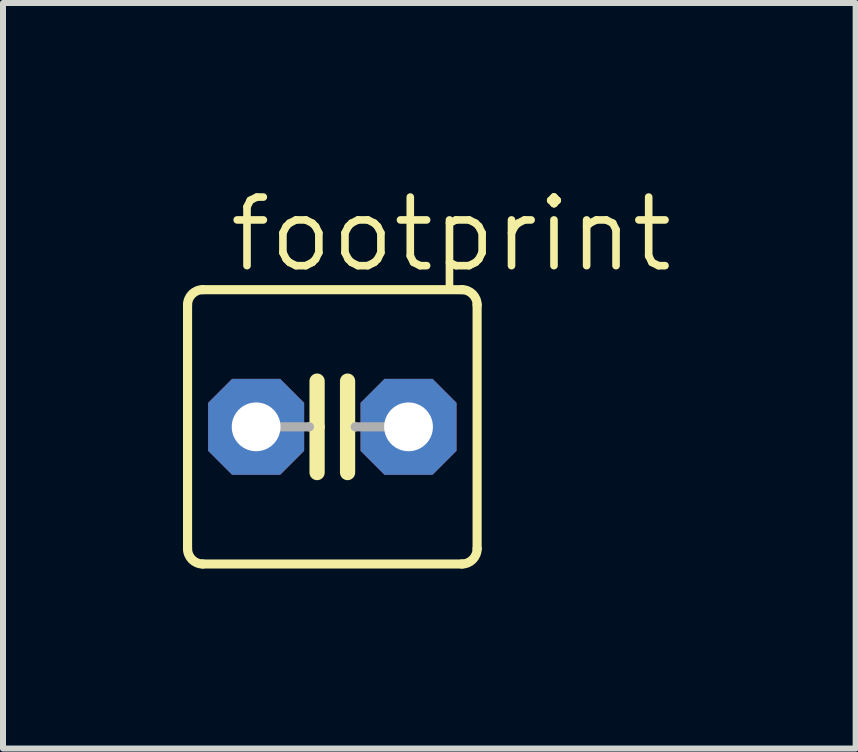
<source format=kicad_pcb>
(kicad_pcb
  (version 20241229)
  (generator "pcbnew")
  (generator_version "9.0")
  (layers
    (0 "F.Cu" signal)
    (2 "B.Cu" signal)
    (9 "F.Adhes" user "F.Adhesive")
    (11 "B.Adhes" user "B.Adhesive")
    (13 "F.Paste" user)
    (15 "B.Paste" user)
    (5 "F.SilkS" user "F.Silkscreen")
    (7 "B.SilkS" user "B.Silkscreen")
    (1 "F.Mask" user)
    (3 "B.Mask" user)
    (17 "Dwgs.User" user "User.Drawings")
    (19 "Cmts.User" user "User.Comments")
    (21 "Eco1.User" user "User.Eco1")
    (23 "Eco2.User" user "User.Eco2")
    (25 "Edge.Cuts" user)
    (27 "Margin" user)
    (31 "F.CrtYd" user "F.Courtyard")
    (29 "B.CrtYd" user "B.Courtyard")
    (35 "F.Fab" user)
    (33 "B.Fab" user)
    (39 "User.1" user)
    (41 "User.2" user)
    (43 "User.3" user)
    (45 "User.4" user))
  (footprint "footprint"
    (layer "F.Cu")
    (at 2.489 4.064)
    (property "Reference" "footprint" (at -1.778 -2.54 0) (layer "F.SilkS") (effects (font (size 1.143 1.143) (thickness 0.127)) (justify left bottom)))
    (fp_line (start -2.413 -2.032) (end -2.413 2.032) (stroke (width 0.152) (type solid)) (layer "F.SilkS"))
    (fp_line (start -2.159 -2.286) (end 2.159 -2.286) (stroke (width 0.152) (type solid)) (layer "F.SilkS"))
    (fp_line (start -0.254 -0.762) (end -0.254 0) (stroke (width 0.254) (type solid)) (layer "F.SilkS"))
    (fp_line (start -0.254 0) (end -0.381 0) (stroke (width 0.152) (type solid)) (layer "F.SilkS"))
    (fp_line (start -0.254 0) (end -0.254 0.762) (stroke (width 0.254) (type solid)) (layer "F.SilkS"))
    (fp_line (start 0.254 0) (end 0.254 -0.762) (stroke (width 0.254) (type solid)) (layer "F.SilkS"))
    (fp_line (start 0.254 0) (end 0.254 0.762) (stroke (width 0.254) (type solid)) (layer "F.SilkS"))
    (fp_line (start 0.381 0) (end 0.254 0) (stroke (width 0.152) (type solid)) (layer "F.SilkS"))
    (fp_line (start 2.159 2.286) (end -2.159 2.286) (stroke (width 0.152) (type solid)) (layer "F.SilkS"))
    (fp_line (start 2.413 -2.032) (end 2.413 2.032) (stroke (width 0.152) (type solid)) (layer "F.SilkS"))
    (fp_arc (start -2.413 -2.032) (mid -2.338605 -2.211605) (end -2.159 -2.286) (stroke (width 0.1524) (type solid)) (layer "F.SilkS"))
    (fp_arc (start -2.159 2.286) (mid -2.338605 2.211605) (end -2.413 2.032) (stroke (width 0.1524) (type solid)) (layer "F.SilkS"))
    (fp_arc (start 2.159 -2.286) (mid 2.338605 -2.211605) (end 2.413 -2.032) (stroke (width 0.1524) (type solid)) (layer "F.SilkS"))
    (fp_arc (start 2.413 2.032) (mid 2.338605 2.211605) (end 2.159 2.286) (stroke (width 0.1524) (type solid)) (layer "F.SilkS"))
    (fp_line (start -0.381 0) (end -1.27 0) (stroke (width 0.152) (type solid)) (layer "F.Fab"))
    (fp_line (start 1.27 0) (end 0.381 0) (stroke (width 0.152) (type solid)) (layer "F.Fab"))
    (pad "1" thru_hole roundrect (at -1.27 0) (size 1.6 1.6) (drill 0.813) (layers "*.Cu" "*.Mask") (roundrect_rratio 0.25) (chamfer_ratio 0.25) (chamfer top_left top_right bottom_left bottom_right))
    (pad "2" thru_hole roundrect (at 1.27 0) (size 1.6 1.6) (drill 0.813) (layers "*.Cu" "*.Mask") (roundrect_rratio 0.25) (chamfer_ratio 0.25) (chamfer top_left top_right bottom_left bottom_right)))
  (gr_rect
    (start -3 -3)
    (end 11.211 9.426)
    (stroke (width 0.1) (type default))
    (fill no)
    (layer "Edge.Cuts")))
</source>
